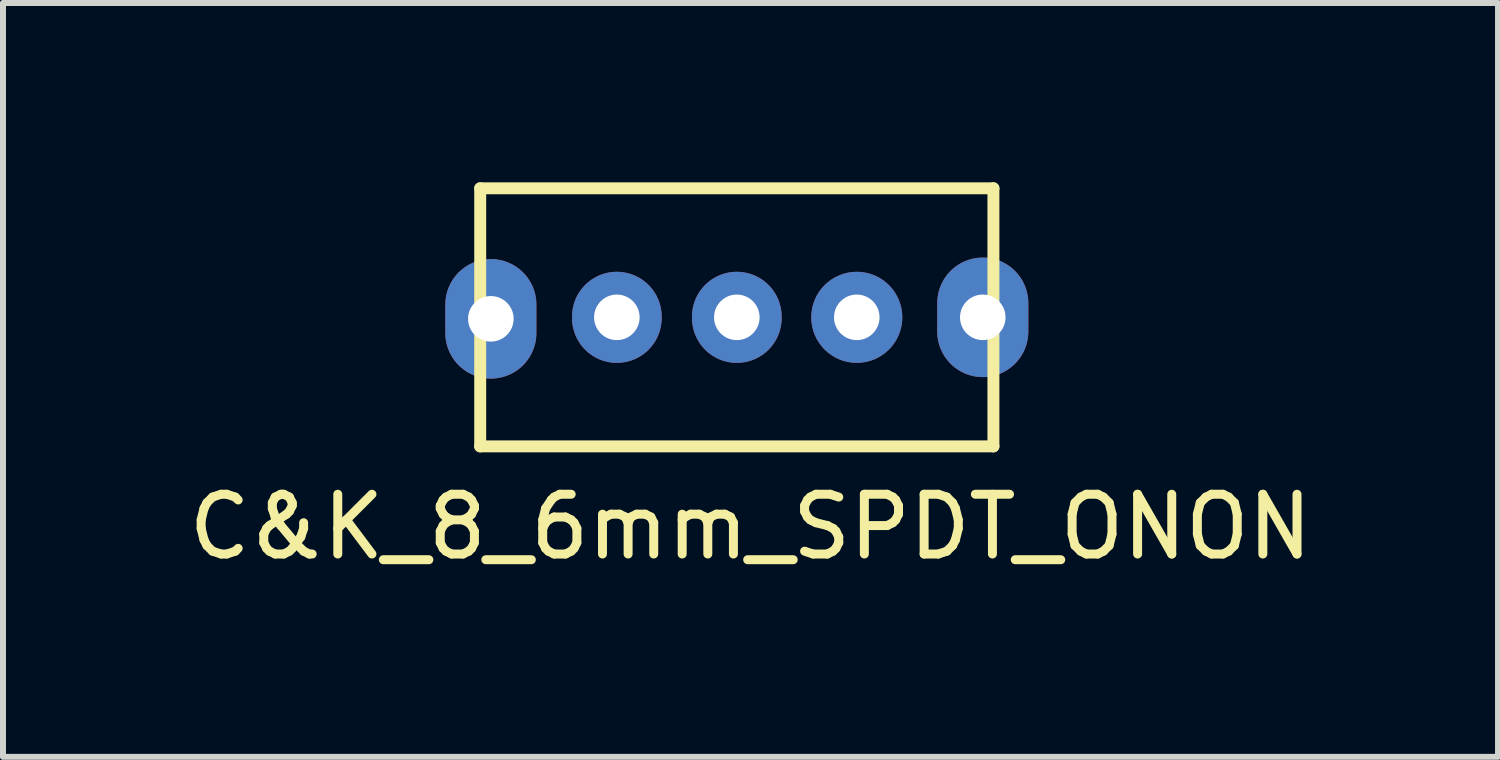
<source format=kicad_pcb>
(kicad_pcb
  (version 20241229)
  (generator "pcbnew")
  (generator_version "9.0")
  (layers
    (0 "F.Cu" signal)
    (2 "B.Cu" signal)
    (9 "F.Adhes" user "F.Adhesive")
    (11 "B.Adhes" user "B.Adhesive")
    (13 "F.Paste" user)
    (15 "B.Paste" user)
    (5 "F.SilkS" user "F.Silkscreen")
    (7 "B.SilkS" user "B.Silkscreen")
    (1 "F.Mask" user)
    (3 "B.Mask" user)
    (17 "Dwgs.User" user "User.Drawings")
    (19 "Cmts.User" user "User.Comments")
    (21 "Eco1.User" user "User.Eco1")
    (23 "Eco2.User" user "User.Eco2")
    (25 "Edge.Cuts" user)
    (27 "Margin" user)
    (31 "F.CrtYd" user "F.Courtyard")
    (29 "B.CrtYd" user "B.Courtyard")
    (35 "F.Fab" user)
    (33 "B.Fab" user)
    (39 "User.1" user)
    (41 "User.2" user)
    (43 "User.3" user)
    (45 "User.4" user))
  (footprint "C&K_8_6mm_SPDT_ONON"
    (layer "F.Cu")
    (at 9.277 2.259)
    (property "Reference" "C&K_8_6mm_SPDT_ONON" (at 0.229 3.505 0) (layer "F.SilkS") (effects (font (size 1 1) (thickness 0.15))))
    (attr through_hole)
    (fp_line (start -4.293 -2.159) (end 4.293 -2.159) (stroke (width 0.2) (type solid)) (layer "F.SilkS"))
    (fp_line (start -4.293 2.159) (end -4.293 -2.159) (stroke (width 0.2) (type solid)) (layer "F.SilkS"))
    (fp_line (start 4.293 -2.159) (end 4.293 2.159) (stroke (width 0.2) (type solid)) (layer "F.SilkS"))
    (fp_line (start 4.293 2.159) (end -4.293 2.159) (stroke (width 0.2) (type solid)) (layer "F.SilkS"))
    (pad "" np_thru_hole oval (at -4.115 0.025) (size 1.524 2) (drill 0.762) (layers "*.Cu" "*.Mask"))
    (pad "" np_thru_hole oval (at 4.115 0) (size 1.524 2) (drill 0.762) (layers "*.Cu" "*.Mask"))
    (pad "1" thru_hole oval (at -2.007 0) (size 1.5 1.524) (drill 0.762) (layers "*.Cu" "*.Mask"))
    (pad "2" thru_hole oval (at 0 0) (size 1.5 1.524) (drill 0.762) (layers "*.Cu" "*.Mask"))
    (pad "3" thru_hole circle (at 2.007 0) (size 1.524 1.524) (drill 0.762) (layers "*.Cu" "*.Mask")))
  (gr_rect
    (start -3 -3)
    (end 22.012 9.612)
    (stroke (width 0.1) (type default))
    (fill no)
    (layer "Edge.Cuts")))
</source>
